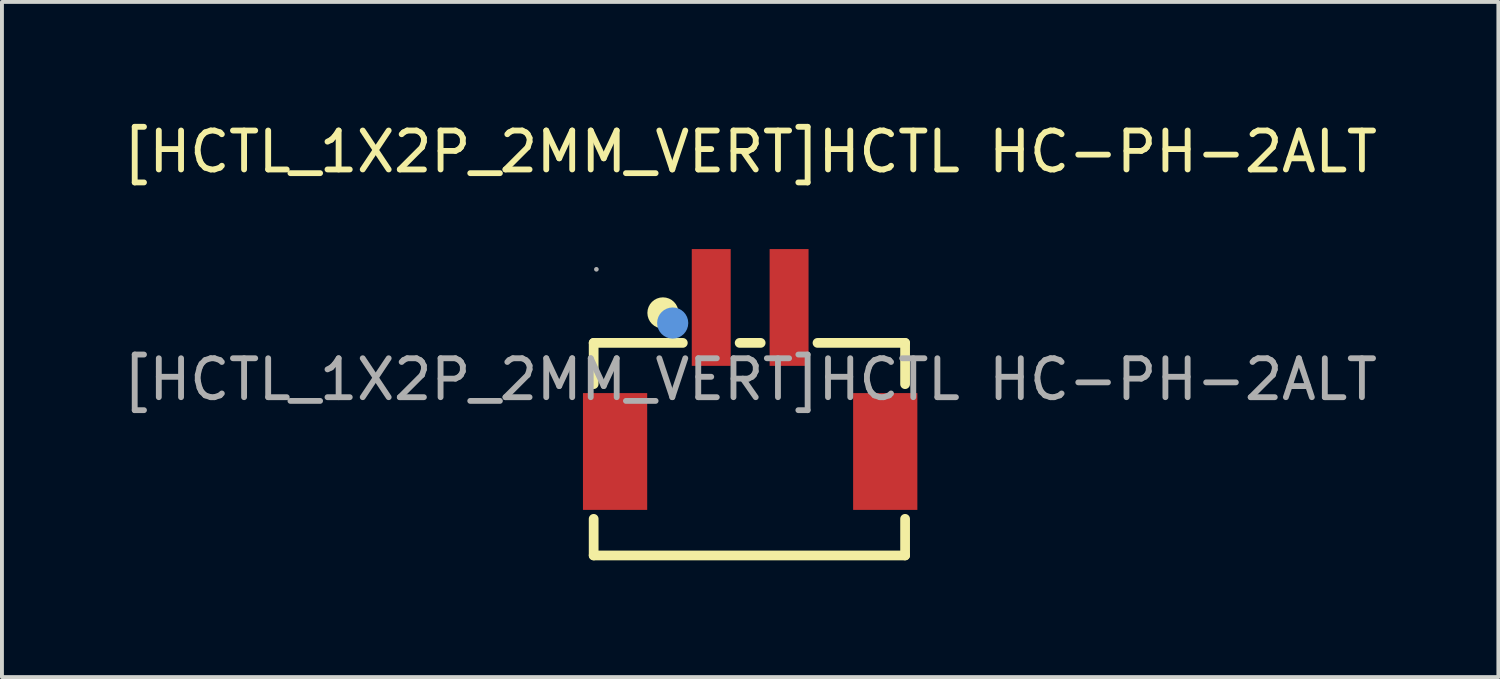
<source format=kicad_pcb>
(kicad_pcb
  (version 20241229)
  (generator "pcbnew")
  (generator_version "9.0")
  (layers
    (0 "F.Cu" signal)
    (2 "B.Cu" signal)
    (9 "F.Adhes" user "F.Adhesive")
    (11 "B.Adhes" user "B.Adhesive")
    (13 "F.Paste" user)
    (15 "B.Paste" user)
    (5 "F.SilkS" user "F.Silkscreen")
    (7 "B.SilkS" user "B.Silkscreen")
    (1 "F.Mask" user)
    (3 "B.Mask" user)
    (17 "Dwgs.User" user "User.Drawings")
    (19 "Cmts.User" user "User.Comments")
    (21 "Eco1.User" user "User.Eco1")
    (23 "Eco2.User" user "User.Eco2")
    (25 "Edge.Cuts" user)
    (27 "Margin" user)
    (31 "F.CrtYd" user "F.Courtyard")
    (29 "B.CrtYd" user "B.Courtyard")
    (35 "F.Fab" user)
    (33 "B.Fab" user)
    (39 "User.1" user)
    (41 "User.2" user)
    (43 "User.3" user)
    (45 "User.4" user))
  (footprint "[HCTL_1X2P_2MM_VERT]HCTL HC-PH-2ALT"
    (layer "F.Cu")
    (at 16.22 6.698)
    (property "Reference" "[HCTL_1X2P_2MM_VERT]HCTL HC-PH-2ALT" (at 0 -5.85 0) (layer "F.SilkS") (effects (font (size 1 1) (thickness 0.15))))
    (attr smd)
    (fp_line (start -4.02 -0.94) (end -1.73 -0.94) (stroke (width 0.25) (type solid)) (layer "F.SilkS"))
    (fp_line (start -4.02 0.12) (end -4.02 -0.94) (stroke (width 0.25) (type solid)) (layer "F.SilkS"))
    (fp_line (start -4.02 3.58) (end -4.02 4.52) (stroke (width 0.25) (type solid)) (layer "F.SilkS"))
    (fp_line (start -4.02 4.52) (end 3.98 4.52) (stroke (width 0.25) (type solid)) (layer "F.SilkS"))
    (fp_line (start -0.27 -0.94) (end 0.27 -0.94) (stroke (width 0.25) (type solid)) (layer "F.SilkS"))
    (fp_line (start 1.73 -0.94) (end 3.98 -0.94) (stroke (width 0.25) (type solid)) (layer "F.SilkS"))
    (fp_line (start 3.98 -0.94) (end 3.98 0.12) (stroke (width 0.25) (type solid)) (layer "F.SilkS"))
    (fp_line (start 3.98 4.52) (end 3.98 3.58) (stroke (width 0.25) (type solid)) (layer "F.SilkS"))
    (fp_circle (center -2.24 -1.71) (end -2.04 -1.71) (stroke (width 0.4) (type solid)) (fill no) (layer "F.SilkS"))
    (fp_circle (center -1.99 -1.45) (end -1.79 -1.45) (stroke (width 0.4) (type solid)) (fill no) (layer "Cmts.User"))
    (fp_circle (center -3.95 -2.83) (end -3.92 -2.83) (stroke (width 0.06) (type solid)) (fill no) (layer "F.Fab"))
    (fp_text user "${REFERENCE}" (at 0 0 0) (layer "F.Fab") (effects (font (size 1 1) (thickness 0.15))))
    (pad "1" smd rect (at -1 -1.85) (size 1 3) (layers "F.Cu" "F.Mask" "F.Paste"))
    (pad "2" smd rect (at 1 -1.85) (size 1 3) (layers "F.Cu" "F.Mask" "F.Paste"))
    (pad "3" smd rect (at 3.47 1.85 180) (size 1.65 3) (layers "F.Cu" "F.Mask" "F.Paste"))
    (pad "4" smd rect (at -3.47 1.85) (size 1.65 3) (layers "F.Cu" "F.Mask" "F.Paste")))
  (gr_rect
    (start -3 -3)
    (end 35.44 14.343)
    (stroke (width 0.1) (type default))
    (fill no)
    (layer "Edge.Cuts")))
</source>
